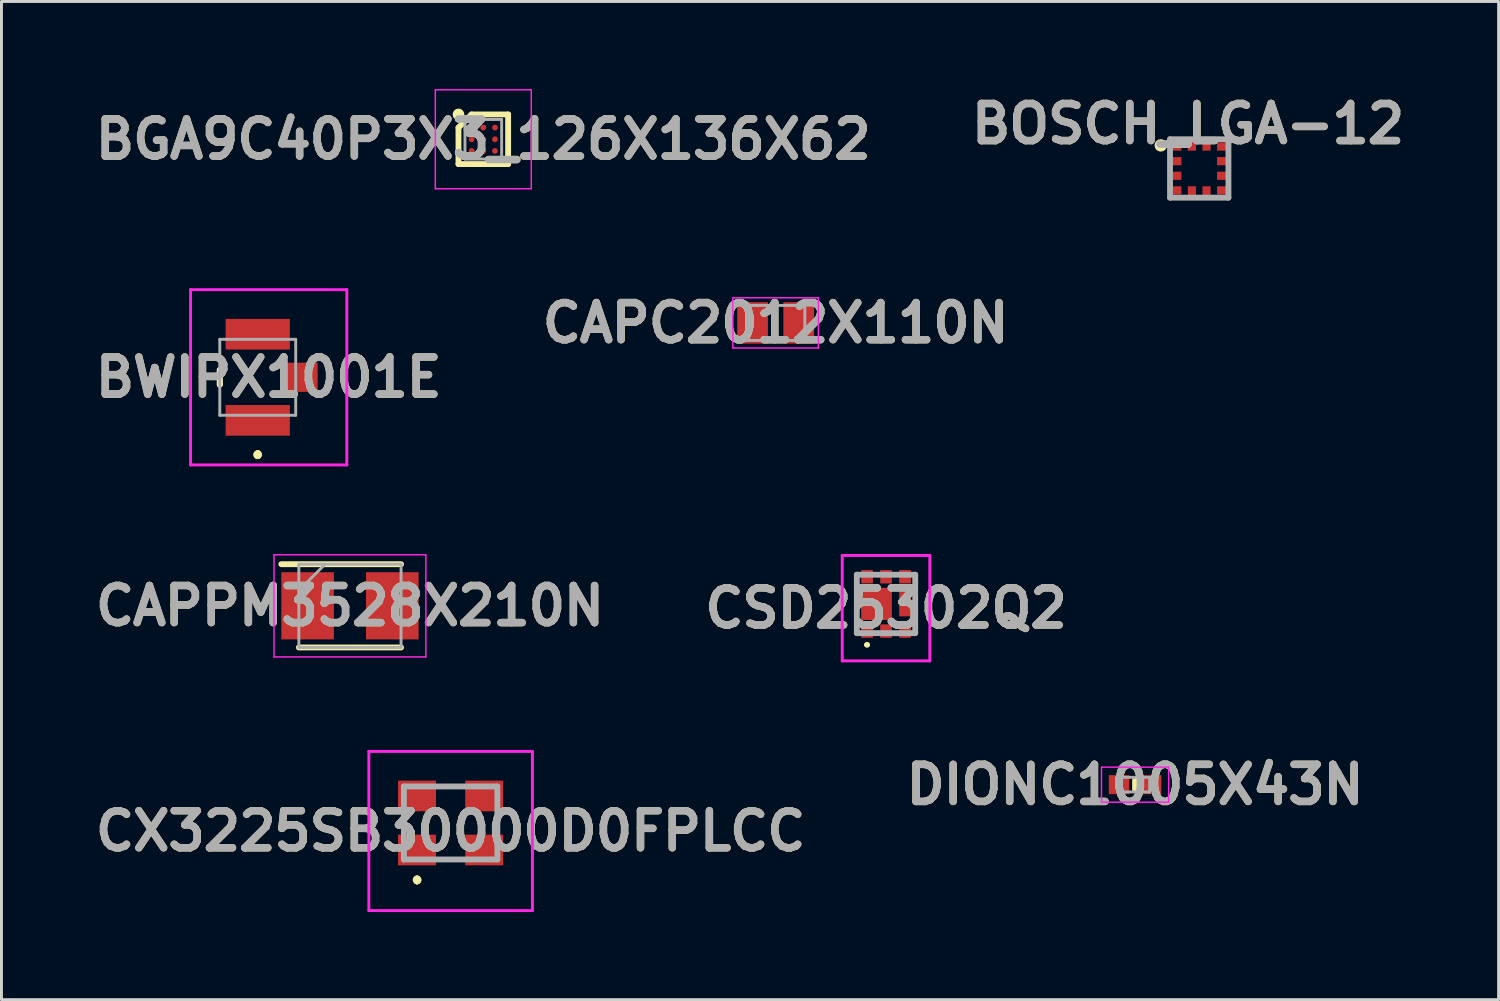
<source format=kicad_pcb>
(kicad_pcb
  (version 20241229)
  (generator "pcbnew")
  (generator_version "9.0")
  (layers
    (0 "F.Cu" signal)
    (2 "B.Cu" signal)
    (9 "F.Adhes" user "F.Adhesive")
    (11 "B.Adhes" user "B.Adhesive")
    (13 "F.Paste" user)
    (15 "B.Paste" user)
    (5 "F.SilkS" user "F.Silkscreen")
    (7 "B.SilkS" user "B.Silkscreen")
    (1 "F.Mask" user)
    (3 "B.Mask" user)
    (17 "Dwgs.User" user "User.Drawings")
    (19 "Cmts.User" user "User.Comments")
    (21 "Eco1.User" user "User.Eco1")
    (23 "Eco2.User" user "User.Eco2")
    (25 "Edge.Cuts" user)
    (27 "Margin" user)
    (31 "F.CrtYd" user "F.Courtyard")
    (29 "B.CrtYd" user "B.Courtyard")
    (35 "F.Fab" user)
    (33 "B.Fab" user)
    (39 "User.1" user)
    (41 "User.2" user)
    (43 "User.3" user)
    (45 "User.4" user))
  (footprint "DIONC1005X43N"
    (layer "F.Cu")
    (at 35.814 23.816)
    (property "Reference" "DIONC1005X43N" (at 0 0 0) (layer "F.SilkS") (effects (font (size 1.27 1.27) (thickness 0.254))))
    (attr smd)
    (fp_line (start 0 -0.15) (end 0 0.15) (stroke (width 0.2) (type solid)) (layer "F.SilkS"))
    (fp_line (start -1.15 -0.6) (end 1.15 -0.6) (stroke (width 0.05) (type solid)) (layer "F.CrtYd"))
    (fp_line (start -1.15 0.6) (end -1.15 -0.6) (stroke (width 0.05) (type solid)) (layer "F.CrtYd"))
    (fp_line (start 1.15 -0.6) (end 1.15 0.6) (stroke (width 0.05) (type solid)) (layer "F.CrtYd"))
    (fp_line (start 1.15 0.6) (end -1.15 0.6) (stroke (width 0.05) (type solid)) (layer "F.CrtYd"))
    (fp_line (start -0.5 -0.25) (end 0.5 -0.25) (stroke (width 0.1) (type solid)) (layer "F.Fab"))
    (fp_line (start -0.5 0.25) (end -0.5 -0.25) (stroke (width 0.1) (type solid)) (layer "F.Fab"))
    (fp_line (start 0.5 -0.25) (end 0.5 0.25) (stroke (width 0.1) (type solid)) (layer "F.Fab"))
    (fp_line (start 0.5 0.25) (end -0.5 0.25) (stroke (width 0.1) (type solid)) (layer "F.Fab"))
    (fp_text user "${REFERENCE}" (at 0 0 0) (layer "F.Fab") (effects (font (size 1.27 1.27) (thickness 0.254))))
    (pad "1" smd rect (at -0.55 0 90) (size 0.65 0.7) (layers "F.Cu" "F.Mask" "F.Paste"))
    (pad "2" smd rect (at 0.55 0 90) (size 0.65 0.7) (layers "F.Cu" "F.Mask" "F.Paste")))
  (footprint "CAPC2012X110N"
    (layer "F.Cu")
    (at 23.507 8.006)
    (property "Reference" "CAPC2012X110N" (at 0 0 0) (layer "F.SilkS") (effects (font (size 1.27 1.27) (thickness 0.254))))
    (attr smd)
    (fp_line (start -1.465 -0.86) (end 1.465 -0.86) (stroke (width 0.05) (type solid)) (layer "F.CrtYd"))
    (fp_line (start -1.465 0.86) (end -1.465 -0.86) (stroke (width 0.05) (type solid)) (layer "F.CrtYd"))
    (fp_line (start 1.465 -0.86) (end 1.465 0.86) (stroke (width 0.05) (type solid)) (layer "F.CrtYd"))
    (fp_line (start 1.465 0.86) (end -1.465 0.86) (stroke (width 0.05) (type solid)) (layer "F.CrtYd"))
    (fp_line (start -1 -0.6) (end 1 -0.6) (stroke (width 0.1) (type solid)) (layer "F.Fab"))
    (fp_line (start -1 0.6) (end -1 -0.6) (stroke (width 0.1) (type solid)) (layer "F.Fab"))
    (fp_line (start 1 -0.6) (end 1 0.6) (stroke (width 0.1) (type solid)) (layer "F.Fab"))
    (fp_line (start 1 0.6) (end -1 0.6) (stroke (width 0.1) (type solid)) (layer "F.Fab"))
    (fp_text user "${REFERENCE}" (at 0 0 0) (layer "F.Fab") (effects (font (size 1.27 1.27) (thickness 0.254))))
    (pad "1" smd rect (at -0.79 0) (size 1.05 1.42) (layers "F.Cu" "F.Mask" "F.Paste"))
    (pad "2" smd rect (at 0.79 0) (size 1.05 1.42) (layers "F.Cu" "F.Mask" "F.Paste")))
  (footprint "BGA9C40P3X3_126X136X62"
    (layer "F.Cu")
    (at 13.498 1.718)
    (property "Reference" "BGA9C40P3X3_126X136X62" (at 0 0 0) (layer "F.SilkS") (effects (font (size 1.27 1.27) (thickness 0.254))))
    (attr smd)
    (fp_line (start -0.85 -0.4) (end -0.4 -0.85) (stroke (width 0.2) (type solid)) (layer "F.SilkS"))
    (fp_line (start -0.85 0.85) (end -0.85 -0.4) (stroke (width 0.2) (type solid)) (layer "F.SilkS"))
    (fp_line (start -0.4 -0.85) (end 0.85 -0.85) (stroke (width 0.2) (type solid)) (layer "F.SilkS"))
    (fp_line (start 0.85 -0.85) (end 0.85 0.85) (stroke (width 0.2) (type solid)) (layer "F.SilkS"))
    (fp_line (start 0.85 0.85) (end -0.85 0.85) (stroke (width 0.2) (type solid)) (layer "F.SilkS"))
    (fp_circle (center -0.85 -0.85) (end -0.85 -0.75) (stroke (width 0.2) (type solid)) (fill no) (layer "F.SilkS"))
    (fp_line (start -1.643 -1.693) (end 1.643 -1.693) (stroke (width 0.05) (type solid)) (layer "F.CrtYd"))
    (fp_line (start -1.643 1.693) (end -1.643 -1.693) (stroke (width 0.05) (type solid)) (layer "F.CrtYd"))
    (fp_line (start 1.643 -1.693) (end 1.643 1.693) (stroke (width 0.05) (type solid)) (layer "F.CrtYd"))
    (fp_line (start 1.643 1.693) (end -1.643 1.693) (stroke (width 0.05) (type solid)) (layer "F.CrtYd"))
    (fp_line (start -0.628 -0.678) (end 0.628 -0.678) (stroke (width 0.1) (type solid)) (layer "F.Fab"))
    (fp_line (start -0.628 -0.332) (end -0.282 -0.678) (stroke (width 0.1) (type solid)) (layer "F.Fab"))
    (fp_line (start -0.628 0.678) (end -0.628 -0.678) (stroke (width 0.1) (type solid)) (layer "F.Fab"))
    (fp_line (start 0.628 -0.678) (end 0.628 0.678) (stroke (width 0.1) (type solid)) (layer "F.Fab"))
    (fp_line (start 0.628 0.678) (end -0.628 0.678) (stroke (width 0.1) (type solid)) (layer "F.Fab"))
    (fp_text user "${REFERENCE}" (at 0 0 0) (layer "F.Fab") (effects (font (size 1.27 1.27) (thickness 0.254))))
    (pad "A1" smd circle (at -0.4 -0.4 90) (size 0.2 0.2) (layers "F.Cu" "F.Mask" "F.Paste"))
    (pad "A2" smd circle (at 0 -0.4 90) (size 0.2 0.2) (layers "F.Cu" "F.Mask" "F.Paste"))
    (pad "A3" smd circle (at 0.4 -0.4 90) (size 0.2 0.2) (layers "F.Cu" "F.Mask" "F.Paste"))
    (pad "B1" smd circle (at -0.4 0 90) (size 0.2 0.2) (layers "F.Cu" "F.Mask" "F.Paste"))
    (pad "B2" smd circle (at 0 0 90) (size 0.2 0.2) (layers "F.Cu" "F.Mask" "F.Paste"))
    (pad "B3" smd circle (at 0.4 0 90) (size 0.2 0.2) (layers "F.Cu" "F.Mask" "F.Paste"))
    (pad "C1" smd circle (at -0.4 0.4 90) (size 0.2 0.2) (layers "F.Cu" "F.Mask" "F.Paste"))
    (pad "C2" smd circle (at 0 0.4 90) (size 0.2 0.2) (layers "F.Cu" "F.Mask" "F.Paste"))
    (pad "C3" smd circle (at 0.4 0.4 90) (size 0.2 0.2) (layers "F.Cu" "F.Mask" "F.Paste")))
  (footprint "BWIPX1001E"
    (layer "F.Cu")
    (at 5.775 9.868)
    (property "Reference" "BWIPX1001E" (at 0.375 0 0) (layer "F.SilkS") (effects (font (size 1.27 1.27) (thickness 0.254))))
    (attr smd)
    (fp_line (start -1.3 -0.25) (end -1.3 -0.25) (stroke (width 0.2) (type solid)) (layer "F.SilkS"))
    (fp_line (start -1.3 -0.25) (end -1.3 0.25) (stroke (width 0.2) (type solid)) (layer "F.SilkS"))
    (fp_line (start -1.3 0.25) (end -1.3 -0.25) (stroke (width 0.2) (type solid)) (layer "F.SilkS"))
    (fp_line (start -1.3 0.25) (end -1.3 0.25) (stroke (width 0.2) (type solid)) (layer "F.SilkS"))
    (fp_line (start 0 2.6) (end 0 2.6) (stroke (width 0.2) (type solid)) (layer "F.SilkS"))
    (fp_line (start 0 2.6) (end 0 2.6) (stroke (width 0.2) (type solid)) (layer "F.SilkS"))
    (fp_line (start 0 2.7) (end 0 2.7) (stroke (width 0.2) (type solid)) (layer "F.SilkS"))
    (fp_arc (start 0 2.6) (mid 0.05 2.65) (end 0 2.7) (stroke (width 0.2) (type solid)) (layer "F.SilkS"))
    (fp_arc (start 0 2.7) (mid -0.05 2.65) (end 0 2.6) (stroke (width 0.2) (type solid)) (layer "F.SilkS"))
    (fp_arc (start 0 2.7) (mid -0.05 2.65) (end 0 2.6) (stroke (width 0.2) (type solid)) (layer "F.SilkS"))
    (fp_line (start -2.3 -3) (end 3.05 -3) (stroke (width 0.1) (type solid)) (layer "F.CrtYd"))
    (fp_line (start -2.3 3) (end -2.3 -3) (stroke (width 0.1) (type solid)) (layer "F.CrtYd"))
    (fp_line (start 3.05 -3) (end 3.05 3) (stroke (width 0.1) (type solid)) (layer "F.CrtYd"))
    (fp_line (start 3.05 3) (end -2.3 3) (stroke (width 0.1) (type solid)) (layer "F.CrtYd"))
    (fp_line (start -1.3 -1.3) (end -1.3 1.3) (stroke (width 0.1) (type solid)) (layer "F.Fab"))
    (fp_line (start -1.3 1.3) (end 1.3 1.3) (stroke (width 0.1) (type solid)) (layer "F.Fab"))
    (fp_line (start 1.3 -1.3) (end -1.3 -1.3) (stroke (width 0.1) (type solid)) (layer "F.Fab"))
    (fp_line (start 1.3 1.3) (end 1.3 -1.3) (stroke (width 0.1) (type solid)) (layer "F.Fab"))
    (fp_text user "${REFERENCE}" (at 0.375 0 0) (layer "F.Fab") (effects (font (size 1.27 1.27) (thickness 0.254))))
    (pad "1" smd rect (at 0 1.475 90) (size 1.05 2.2) (layers "F.Cu" "F.Mask" "F.Paste"))
    (pad "2" smd rect (at 1.525 0 90) (size 1 1.05) (layers "F.Cu" "F.Mask" "F.Paste"))
    (pad "3" smd rect (at 0 -1.475 90) (size 1.05 2.2) (layers "F.Cu" "F.Mask" "F.Paste")))
  (footprint "CX3225SB30000D0FPLCC"
    (layer "F.Cu")
    (at 12.379 25.128)
    (property "Reference" "CX3225SB30000D0FPLCC" (at 0 0.275 0) (layer "F.SilkS") (effects (font (size 1.27 1.27) (thickness 0.254))))
    (attr smd)
    (fp_line (start -1.15 1.9) (end -1.15 1.9) (stroke (width 0.2) (type solid)) (layer "F.SilkS"))
    (fp_line (start -1.15 2) (end -1.15 2) (stroke (width 0.2) (type solid)) (layer "F.SilkS"))
    (fp_line (start -1.15 2) (end -1.15 2) (stroke (width 0.2) (type solid)) (layer "F.SilkS"))
    (fp_arc (start -1.15 1.9) (mid -1.1 1.95) (end -1.15 2) (stroke (width 0.2) (type solid)) (layer "F.SilkS"))
    (fp_arc (start -1.15 1.9) (mid -1.1 1.95) (end -1.15 2) (stroke (width 0.2) (type solid)) (layer "F.SilkS"))
    (fp_arc (start -1.15 2) (mid -1.2 1.95) (end -1.15 1.9) (stroke (width 0.2) (type solid)) (layer "F.SilkS"))
    (fp_line (start -2.8 -2.45) (end 2.8 -2.45) (stroke (width 0.1) (type solid)) (layer "F.CrtYd"))
    (fp_line (start -2.8 3) (end -2.8 -2.45) (stroke (width 0.1) (type solid)) (layer "F.CrtYd"))
    (fp_line (start 2.8 -2.45) (end 2.8 3) (stroke (width 0.1) (type solid)) (layer "F.CrtYd"))
    (fp_line (start 2.8 3) (end -2.8 3) (stroke (width 0.1) (type solid)) (layer "F.CrtYd"))
    (fp_line (start -1.6 -1.25) (end -1.6 1.25) (stroke (width 0.2) (type solid)) (layer "F.Fab"))
    (fp_line (start -1.6 1.25) (end 1.6 1.25) (stroke (width 0.2) (type solid)) (layer "F.Fab"))
    (fp_line (start 1.6 -1.25) (end -1.6 -1.25) (stroke (width 0.2) (type solid)) (layer "F.Fab"))
    (fp_line (start 1.6 1.25) (end 1.6 -1.25) (stroke (width 0.2) (type solid)) (layer "F.Fab"))
    (fp_text user "${REFERENCE}" (at 0 0.275 0) (layer "F.Fab") (effects (font (size 1.27 1.27) (thickness 0.254))))
    (pad "1" smd rect (at -1.15 0.925 90) (size 1.05 1.3) (layers "F.Cu" "F.Mask" "F.Paste"))
    (pad "2" smd rect (at 1.15 0.925 90) (size 1.05 1.3) (layers "F.Cu" "F.Mask" "F.Paste"))
    (pad "3" smd rect (at 1.15 -0.925 90) (size 1.05 1.3) (layers "F.Cu" "F.Mask" "F.Paste"))
    (pad "4" smd rect (at -1.15 -0.925 90) (size 1.05 1.3) (layers "F.Cu" "F.Mask" "F.Paste")))
  (footprint "BOSCH_LGA-12"
    (layer "F.Cu")
    (at 38.011 2.718)
    (property "Reference" "BOSCH_LGA-12" (at -0.382 -1.529 0) (layer "F.SilkS") (effects (font (size 1.27 1.27) (thickness 0.254))))
    (attr smd)
    (fp_circle (center -1.317 -0.79) (end -1.317 -0.777) (stroke (width 0.2) (type solid)) (fill no) (layer "F.SilkS"))
    (fp_line (start -1 -1) (end 1 -1) (stroke (width 0.2) (type solid)) (layer "F.Fab"))
    (fp_line (start -1 1) (end -1 -1) (stroke (width 0.2) (type solid)) (layer "F.Fab"))
    (fp_line (start 1 -1) (end 1 1) (stroke (width 0.2) (type solid)) (layer "F.Fab"))
    (fp_line (start 1 1) (end -1 1) (stroke (width 0.2) (type solid)) (layer "F.Fab"))
    (fp_text user "${REFERENCE}" (at -0.382 -1.529 0) (layer "F.Fab") (effects (font (size 1.27 1.27) (thickness 0.254))))
    (pad "1" smd rect (at -0.815 -0.75 90) (size 0.28 0.41) (layers "F.Cu" "F.Mask" "F.Paste"))
    (pad "2" smd rect (at -0.815 -0.25 90) (size 0.28 0.41) (layers "F.Cu" "F.Mask" "F.Paste"))
    (pad "3" smd rect (at -0.815 0.25 90) (size 0.28 0.41) (layers "F.Cu" "F.Mask" "F.Paste"))
    (pad "4" smd rect (at -0.815 0.75 90) (size 0.28 0.41) (layers "F.Cu" "F.Mask" "F.Paste"))
    (pad "5" smd rect (at -0.25 0.815) (size 0.28 0.41) (layers "F.Cu" "F.Mask" "F.Paste"))
    (pad "6" smd rect (at 0.25 0.815) (size 0.28 0.41) (layers "F.Cu" "F.Mask" "F.Paste"))
    (pad "7" smd rect (at 0.815 0.75 90) (size 0.28 0.41) (layers "F.Cu" "F.Mask" "F.Paste"))
    (pad "8" smd rect (at 0.815 0.25 90) (size 0.28 0.41) (layers "F.Cu" "F.Mask" "F.Paste"))
    (pad "9" smd rect (at 0.815 -0.25 90) (size 0.28 0.41) (layers "F.Cu" "F.Mask" "F.Paste"))
    (pad "10" smd rect (at 0.815 -0.75 90) (size 0.28 0.41) (layers "F.Cu" "F.Mask" "F.Paste"))
    (pad "11" smd rect (at 0.25 -0.815) (size 0.28 0.41) (layers "F.Cu" "F.Mask" "F.Paste"))
    (pad "12" smd rect (at -0.25 -0.815) (size 0.28 0.41) (layers "F.Cu" "F.Mask" "F.Paste")))
  (footprint "CAPPM3528X210N"
    (layer "F.Cu")
    (at 8.932 17.693)
    (property "Reference" "CAPPM3528X210N" (at 0 0 0) (layer "F.SilkS") (effects (font (size 1.27 1.27) (thickness 0.254))))
    (attr smd)
    (fp_line (start -1.75 1.425) (end 1.75 1.425) (stroke (width 0.2) (type solid)) (layer "F.SilkS"))
    (fp_line (start 1.75 -1.425) (end -2.35 -1.425) (stroke (width 0.2) (type solid)) (layer "F.SilkS"))
    (fp_line (start -2.6 -1.75) (end 2.6 -1.75) (stroke (width 0.05) (type solid)) (layer "F.CrtYd"))
    (fp_line (start -2.6 1.75) (end -2.6 -1.75) (stroke (width 0.05) (type solid)) (layer "F.CrtYd"))
    (fp_line (start 2.6 -1.75) (end 2.6 1.75) (stroke (width 0.05) (type solid)) (layer "F.CrtYd"))
    (fp_line (start 2.6 1.75) (end -2.6 1.75) (stroke (width 0.05) (type solid)) (layer "F.CrtYd"))
    (fp_line (start -1.75 -1.425) (end 1.75 -1.425) (stroke (width 0.1) (type solid)) (layer "F.Fab"))
    (fp_line (start -1.75 -0.525) (end -0.85 -1.425) (stroke (width 0.1) (type solid)) (layer "F.Fab"))
    (fp_line (start -1.75 1.425) (end -1.75 -1.425) (stroke (width 0.1) (type solid)) (layer "F.Fab"))
    (fp_line (start 1.75 -1.425) (end 1.75 1.425) (stroke (width 0.1) (type solid)) (layer "F.Fab"))
    (fp_line (start 1.75 1.425) (end -1.75 1.425) (stroke (width 0.1) (type solid)) (layer "F.Fab"))
    (fp_text user "${REFERENCE}" (at 0 0 0) (layer "F.Fab") (effects (font (size 1.27 1.27) (thickness 0.254))))
    (pad "1" smd rect (at -1.45 0) (size 1.8 2.3) (layers "F.Cu" "F.Mask" "F.Paste"))
    (pad "2" smd rect (at 1.45 0) (size 1.8 2.3) (layers "F.Cu" "F.Mask" "F.Paste")))
  (footprint "CSD25302Q2"
    (layer "F.Cu")
    (at 27.287 17.773)
    (property "Reference" "CSD25302Q2" (at 0 0 0) (layer "F.SilkS") (effects (font (size 1.27 1.27) (thickness 0.254))))
    (attr smd)
    (fp_line (start -1 -1.145) (end -1 0.855) (stroke (width 0.1) (type solid)) (layer "F.SilkS"))
    (fp_line (start -0.7 1.255) (end -0.7 1.255) (stroke (width 0.1) (type solid)) (layer "F.SilkS"))
    (fp_line (start -0.6 1.255) (end -0.6 1.255) (stroke (width 0.1) (type solid)) (layer "F.SilkS"))
    (fp_line (start 1 -1.145) (end 1 0.855) (stroke (width 0.1) (type solid)) (layer "F.SilkS"))
    (fp_arc (start -0.7 1.255) (mid -0.65 1.205) (end -0.6 1.255) (stroke (width 0.1) (type solid)) (layer "F.SilkS"))
    (fp_arc (start -0.6 1.255) (mid -0.65 1.305) (end -0.7 1.255) (stroke (width 0.1) (type solid)) (layer "F.SilkS"))
    (fp_line (start -1.5 -1.805) (end 1.5 -1.805) (stroke (width 0.1) (type solid)) (layer "F.CrtYd"))
    (fp_line (start -1.5 1.805) (end -1.5 -1.805) (stroke (width 0.1) (type solid)) (layer "F.CrtYd"))
    (fp_line (start 1.5 -1.805) (end 1.5 1.805) (stroke (width 0.1) (type solid)) (layer "F.CrtYd"))
    (fp_line (start 1.5 1.805) (end -1.5 1.805) (stroke (width 0.1) (type solid)) (layer "F.CrtYd"))
    (fp_line (start -1 -1.145) (end 1 -1.145) (stroke (width 0.2) (type solid)) (layer "F.Fab"))
    (fp_line (start -1 0.855) (end -1 -1.145) (stroke (width 0.2) (type solid)) (layer "F.Fab"))
    (fp_line (start 1 -1.145) (end 1 0.855) (stroke (width 0.2) (type solid)) (layer "F.Fab"))
    (fp_line (start 1 0.855) (end -1 0.855) (stroke (width 0.2) (type solid)) (layer "F.Fab"))
    (fp_text user "${REFERENCE}" (at 0 0 0) (layer "F.Fab") (effects (font (size 1.27 1.27) (thickness 0.254))))
    (pad "1" smd rect (at -0.65 0.785) (size 0.4 0.46) (layers "F.Cu" "F.Mask" "F.Paste"))
    (pad "2" smd rect (at 0 0.785) (size 0.4 0.46) (layers "F.Cu" "F.Mask" "F.Paste"))
    (pad "3" smd rect (at 0.65 0.785) (size 0.4 0.46) (layers "F.Cu" "F.Mask" "F.Paste"))
    (pad "4" smd rect (at 0.65 -1.075) (size 0.4 0.46) (layers "F.Cu" "F.Mask" "F.Paste"))
    (pad "5" smd rect (at 0 -1.075) (size 0.4 0.46) (layers "F.Cu" "F.Mask" "F.Paste"))
    (pad "6" smd rect (at -0.65 -1.075) (size 0.4 0.46) (layers "F.Cu" "F.Mask" "F.Paste"))
    (pad "7" smd rect (at 0.65 -0.145) (size 0.4 0.85) (layers "F.Cu" "F.Mask" "F.Paste"))
    (pad "8" smd rect (at -0.325 -0.145) (size 1.05 1.1) (layers "F.Cu" "F.Mask" "F.Paste")))
  (gr_rect
    (start -3 -3)
    (end 48.261 31.178)
    (stroke (width 0.1) (type default))
    (fill no)
    (layer "Edge.Cuts")))
</source>
